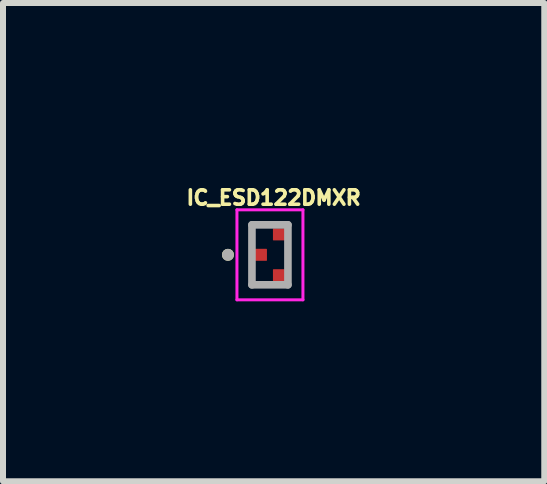
<source format=kicad_pcb>
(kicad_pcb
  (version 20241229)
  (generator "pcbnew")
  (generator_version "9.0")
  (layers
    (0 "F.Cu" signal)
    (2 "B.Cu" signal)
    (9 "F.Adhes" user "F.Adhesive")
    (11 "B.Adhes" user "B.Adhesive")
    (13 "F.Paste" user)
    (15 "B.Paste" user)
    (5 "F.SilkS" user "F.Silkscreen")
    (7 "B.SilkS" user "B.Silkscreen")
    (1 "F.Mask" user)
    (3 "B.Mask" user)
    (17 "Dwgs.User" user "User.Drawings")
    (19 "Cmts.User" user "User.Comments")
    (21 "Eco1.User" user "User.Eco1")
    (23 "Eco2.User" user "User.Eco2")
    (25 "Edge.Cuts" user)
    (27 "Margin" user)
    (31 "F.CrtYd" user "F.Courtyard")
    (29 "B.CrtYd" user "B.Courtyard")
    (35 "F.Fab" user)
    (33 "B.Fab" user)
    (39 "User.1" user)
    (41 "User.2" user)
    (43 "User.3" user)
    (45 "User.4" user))
  (footprint "IC_ESD122DMXR"
    (layer "F.Cu")
    (at 1.45 1.198)
    (property "Reference" "IC_ESD122DMXR" (at 0.062 -0.952 0) (layer "F.SilkS") (effects (font (size 0.24 0.24) (thickness 0.15))))
    (attr through_hole)
    (fp_poly (pts (xy -0.3 -0.1) (xy -0.3 0.1) (xy -0.3 0.103) (xy -0.3 0.105) (xy -0.299 0.108) (xy -0.299 0.11) (xy -0.298 0.113) (xy -0.298 0.115) (xy -0.297 0.118) (xy -0.296 0.12) (xy -0.295 0.123) (xy -0.293 0.125) (xy -0.292 0.127) (xy -0.29 0.129) (xy -0.289 0.131) (xy -0.287 0.133) (xy -0.285 0.135) (xy -0.283 0.137) (xy -0.281 0.139) (xy -0.279 0.14) (xy -0.277 0.142) (xy -0.275 0.143) (xy -0.273 0.145) (xy -0.27 0.146) (xy -0.268 0.147) (xy -0.265 0.148) (xy -0.263 0.148) (xy -0.26 0.149) (xy -0.258 0.149) (xy -0.255 0.15) (xy -0.253 0.15) (xy -0.25 0.15) (xy -0.05 0.15) (xy -0.047 0.15) (xy -0.045 0.15) (xy -0.042 0.149) (xy -0.04 0.149) (xy -0.037 0.148) (xy -0.035 0.148) (xy -0.032 0.147) (xy -0.03 0.146) (xy -0.027 0.145) (xy -0.025 0.143) (xy -0.023 0.142) (xy -0.021 0.14) (xy -0.019 0.139) (xy -0.017 0.137) (xy -0.015 0.135) (xy -0.013 0.133) (xy -0.011 0.131) (xy -0.01 0.129) (xy -0.008 0.127) (xy -0.007 0.125) (xy -0.005 0.123) (xy -0.004 0.12) (xy -0.003 0.118) (xy -0.002 0.115) (xy -0.002 0.113) (xy -0.001 0.11) (xy -0.001 0.108) (xy 0 0.105) (xy 0 0.103) (xy 0 0.1) (xy 0 -0.1) (xy 0 -0.103) (xy 0 -0.105) (xy -0.001 -0.108) (xy -0.001 -0.11) (xy -0.002 -0.113) (xy -0.002 -0.115) (xy -0.003 -0.118) (xy -0.004 -0.12) (xy -0.005 -0.123) (xy -0.007 -0.125) (xy -0.008 -0.127) (xy -0.01 -0.129) (xy -0.011 -0.131) (xy -0.013 -0.133) (xy -0.015 -0.135) (xy -0.017 -0.137) (xy -0.019 -0.139) (xy -0.021 -0.14) (xy -0.023 -0.142) (xy -0.025 -0.143) (xy -0.027 -0.145) (xy -0.03 -0.146) (xy -0.032 -0.147) (xy -0.035 -0.148) (xy -0.037 -0.148) (xy -0.04 -0.149) (xy -0.042 -0.149) (xy -0.045 -0.15) (xy -0.047 -0.15) (xy -0.05 -0.15) (xy -0.25 -0.15) (xy -0.253 -0.15) (xy -0.255 -0.15) (xy -0.258 -0.149) (xy -0.26 -0.149) (xy -0.263 -0.148) (xy -0.265 -0.148) (xy -0.268 -0.147) (xy -0.27 -0.146) (xy -0.273 -0.145) (xy -0.275 -0.143) (xy -0.277 -0.142) (xy -0.279 -0.14) (xy -0.281 -0.139) (xy -0.283 -0.137) (xy -0.285 -0.135) (xy -0.287 -0.133) (xy -0.289 -0.131) (xy -0.29 -0.129) (xy -0.292 -0.127) (xy -0.293 -0.125) (xy -0.295 -0.123) (xy -0.296 -0.12) (xy -0.297 -0.118) (xy -0.298 -0.115) (xy -0.298 -0.113) (xy -0.299 -0.11) (xy -0.299 -0.108) (xy -0.3 -0.105) (xy -0.3 -0.103) (xy -0.3 -0.1)) (stroke (width 0.01) (type solid)) (fill yes) (layer "F.Mask"))
    (fp_poly (pts (xy 0 -0.44) (xy 0 -0.24) (xy 0 -0.237) (xy 0 -0.235) (xy 0.001 -0.232) (xy 0.001 -0.23) (xy 0.002 -0.227) (xy 0.002 -0.225) (xy 0.003 -0.222) (xy 0.004 -0.22) (xy 0.005 -0.217) (xy 0.007 -0.215) (xy 0.008 -0.213) (xy 0.01 -0.211) (xy 0.011 -0.209) (xy 0.013 -0.207) (xy 0.015 -0.205) (xy 0.017 -0.203) (xy 0.019 -0.201) (xy 0.021 -0.2) (xy 0.023 -0.198) (xy 0.025 -0.197) (xy 0.027 -0.195) (xy 0.03 -0.194) (xy 0.032 -0.193) (xy 0.035 -0.192) (xy 0.037 -0.192) (xy 0.04 -0.191) (xy 0.042 -0.191) (xy 0.045 -0.19) (xy 0.047 -0.19) (xy 0.05 -0.19) (xy 0.25 -0.19) (xy 0.253 -0.19) (xy 0.255 -0.19) (xy 0.258 -0.191) (xy 0.26 -0.191) (xy 0.263 -0.192) (xy 0.265 -0.192) (xy 0.268 -0.193) (xy 0.27 -0.194) (xy 0.273 -0.195) (xy 0.275 -0.197) (xy 0.277 -0.198) (xy 0.279 -0.2) (xy 0.281 -0.201) (xy 0.283 -0.203) (xy 0.285 -0.205) (xy 0.287 -0.207) (xy 0.289 -0.209) (xy 0.29 -0.211) (xy 0.292 -0.213) (xy 0.293 -0.215) (xy 0.295 -0.217) (xy 0.296 -0.22) (xy 0.297 -0.222) (xy 0.298 -0.225) (xy 0.298 -0.227) (xy 0.299 -0.23) (xy 0.299 -0.232) (xy 0.3 -0.235) (xy 0.3 -0.237) (xy 0.3 -0.24) (xy 0.3 -0.44) (xy 0.3 -0.443) (xy 0.3 -0.445) (xy 0.299 -0.448) (xy 0.299 -0.45) (xy 0.298 -0.453) (xy 0.298 -0.455) (xy 0.297 -0.458) (xy 0.296 -0.46) (xy 0.295 -0.463) (xy 0.293 -0.465) (xy 0.292 -0.467) (xy 0.29 -0.469) (xy 0.289 -0.471) (xy 0.287 -0.473) (xy 0.285 -0.475) (xy 0.283 -0.477) (xy 0.281 -0.479) (xy 0.279 -0.48) (xy 0.277 -0.482) (xy 0.275 -0.483) (xy 0.273 -0.485) (xy 0.27 -0.486) (xy 0.268 -0.487) (xy 0.265 -0.488) (xy 0.263 -0.488) (xy 0.26 -0.489) (xy 0.258 -0.489) (xy 0.255 -0.49) (xy 0.253 -0.49) (xy 0.25 -0.49) (xy 0.05 -0.49) (xy 0.047 -0.49) (xy 0.045 -0.49) (xy 0.042 -0.489) (xy 0.04 -0.489) (xy 0.037 -0.488) (xy 0.035 -0.488) (xy 0.032 -0.487) (xy 0.03 -0.486) (xy 0.027 -0.485) (xy 0.025 -0.483) (xy 0.023 -0.482) (xy 0.021 -0.48) (xy 0.019 -0.479) (xy 0.017 -0.477) (xy 0.015 -0.475) (xy 0.013 -0.473) (xy 0.011 -0.471) (xy 0.01 -0.469) (xy 0.008 -0.467) (xy 0.007 -0.465) (xy 0.005 -0.463) (xy 0.004 -0.46) (xy 0.003 -0.458) (xy 0.002 -0.455) (xy 0.002 -0.453) (xy 0.001 -0.45) (xy 0.001 -0.448) (xy 0 -0.445) (xy 0 -0.443) (xy 0 -0.44)) (stroke (width 0.01) (type solid)) (fill yes) (layer "F.Mask"))
    (fp_poly (pts (xy 0 0.24) (xy 0 0.44) (xy 0 0.443) (xy 0 0.445) (xy 0.001 0.448) (xy 0.001 0.45) (xy 0.002 0.453) (xy 0.002 0.455) (xy 0.003 0.458) (xy 0.004 0.46) (xy 0.005 0.463) (xy 0.007 0.465) (xy 0.008 0.467) (xy 0.01 0.469) (xy 0.011 0.471) (xy 0.013 0.473) (xy 0.015 0.475) (xy 0.017 0.477) (xy 0.019 0.479) (xy 0.021 0.48) (xy 0.023 0.482) (xy 0.025 0.483) (xy 0.027 0.485) (xy 0.03 0.486) (xy 0.032 0.487) (xy 0.035 0.488) (xy 0.037 0.488) (xy 0.04 0.489) (xy 0.042 0.489) (xy 0.045 0.49) (xy 0.047 0.49) (xy 0.05 0.49) (xy 0.25 0.49) (xy 0.253 0.49) (xy 0.255 0.49) (xy 0.258 0.489) (xy 0.26 0.489) (xy 0.263 0.488) (xy 0.265 0.488) (xy 0.268 0.487) (xy 0.27 0.486) (xy 0.273 0.485) (xy 0.275 0.483) (xy 0.277 0.482) (xy 0.279 0.48) (xy 0.281 0.479) (xy 0.283 0.477) (xy 0.285 0.475) (xy 0.287 0.473) (xy 0.289 0.471) (xy 0.29 0.469) (xy 0.292 0.467) (xy 0.293 0.465) (xy 0.295 0.463) (xy 0.296 0.46) (xy 0.297 0.458) (xy 0.298 0.455) (xy 0.298 0.453) (xy 0.299 0.45) (xy 0.299 0.448) (xy 0.3 0.445) (xy 0.3 0.443) (xy 0.3 0.44) (xy 0.3 0.24) (xy 0.3 0.237) (xy 0.3 0.235) (xy 0.299 0.232) (xy 0.299 0.23) (xy 0.298 0.227) (xy 0.298 0.225) (xy 0.297 0.222) (xy 0.296 0.22) (xy 0.295 0.217) (xy 0.293 0.215) (xy 0.292 0.213) (xy 0.29 0.211) (xy 0.289 0.209) (xy 0.287 0.207) (xy 0.285 0.205) (xy 0.283 0.203) (xy 0.281 0.201) (xy 0.279 0.2) (xy 0.277 0.198) (xy 0.275 0.197) (xy 0.273 0.195) (xy 0.27 0.194) (xy 0.268 0.193) (xy 0.265 0.192) (xy 0.263 0.192) (xy 0.26 0.191) (xy 0.258 0.191) (xy 0.255 0.19) (xy 0.253 0.19) (xy 0.25 0.19) (xy 0.05 0.19) (xy 0.047 0.19) (xy 0.045 0.19) (xy 0.042 0.191) (xy 0.04 0.191) (xy 0.037 0.192) (xy 0.035 0.192) (xy 0.032 0.193) (xy 0.03 0.194) (xy 0.027 0.195) (xy 0.025 0.197) (xy 0.023 0.198) (xy 0.021 0.2) (xy 0.019 0.201) (xy 0.017 0.203) (xy 0.015 0.205) (xy 0.013 0.207) (xy 0.011 0.209) (xy 0.01 0.211) (xy 0.008 0.213) (xy 0.007 0.215) (xy 0.005 0.217) (xy 0.004 0.22) (xy 0.003 0.222) (xy 0.002 0.225) (xy 0.002 0.227) (xy 0.001 0.23) (xy 0.001 0.232) (xy 0 0.235) (xy 0 0.237) (xy 0 0.24)) (stroke (width 0.01) (type solid)) (fill yes) (layer "F.Mask"))
    (fp_circle (center -0.7 0) (end -0.65 0) (stroke (width 0.1) (type solid)) (fill no) (layer "F.SilkS"))
    (fp_poly (pts (xy -0.205 -0.105) (xy -0.208 -0.105) (xy -0.21 -0.105) (xy -0.213 -0.104) (xy -0.215 -0.104) (xy -0.218 -0.103) (xy -0.22 -0.103) (xy -0.223 -0.102) (xy -0.225 -0.101) (xy -0.228 -0.1) (xy -0.23 -0.098) (xy -0.232 -0.097) (xy -0.234 -0.095) (xy -0.236 -0.094) (xy -0.238 -0.092) (xy -0.24 -0.09) (xy -0.242 -0.088) (xy -0.244 -0.086) (xy -0.245 -0.084) (xy -0.247 -0.082) (xy -0.248 -0.08) (xy -0.25 -0.078) (xy -0.251 -0.075) (xy -0.252 -0.073) (xy -0.253 -0.07) (xy -0.253 -0.068) (xy -0.254 -0.065) (xy -0.254 -0.063) (xy -0.255 -0.06) (xy -0.255 -0.058) (xy -0.255 -0.055) (xy -0.255 0.055) (xy -0.255 0.058) (xy -0.255 0.06) (xy -0.254 0.063) (xy -0.254 0.065) (xy -0.253 0.068) (xy -0.253 0.07) (xy -0.252 0.073) (xy -0.251 0.075) (xy -0.25 0.078) (xy -0.248 0.08) (xy -0.247 0.082) (xy -0.245 0.084) (xy -0.244 0.086) (xy -0.242 0.088) (xy -0.24 0.09) (xy -0.238 0.092) (xy -0.236 0.094) (xy -0.234 0.095) (xy -0.232 0.097) (xy -0.23 0.098) (xy -0.228 0.1) (xy -0.225 0.101) (xy -0.223 0.102) (xy -0.22 0.103) (xy -0.218 0.103) (xy -0.215 0.104) (xy -0.213 0.104) (xy -0.21 0.105) (xy -0.208 0.105) (xy -0.205 0.105) (xy -0.095 0.105) (xy -0.092 0.105) (xy -0.09 0.105) (xy -0.087 0.104) (xy -0.085 0.104) (xy -0.082 0.103) (xy -0.08 0.103) (xy -0.077 0.102) (xy -0.075 0.101) (xy -0.072 0.1) (xy -0.07 0.098) (xy -0.068 0.097) (xy -0.066 0.095) (xy -0.064 0.094) (xy -0.062 0.092) (xy -0.06 0.09) (xy -0.058 0.088) (xy -0.056 0.086) (xy -0.055 0.084) (xy -0.053 0.082) (xy -0.052 0.08) (xy -0.05 0.078) (xy -0.049 0.075) (xy -0.048 0.073) (xy -0.047 0.07) (xy -0.047 0.068) (xy -0.046 0.065) (xy -0.046 0.063) (xy -0.045 0.06) (xy -0.045 0.058) (xy -0.045 0.055) (xy -0.045 -0.055) (xy -0.045 -0.058) (xy -0.045 -0.06) (xy -0.046 -0.063) (xy -0.046 -0.065) (xy -0.047 -0.068) (xy -0.047 -0.07) (xy -0.048 -0.073) (xy -0.049 -0.075) (xy -0.05 -0.078) (xy -0.052 -0.08) (xy -0.053 -0.082) (xy -0.055 -0.084) (xy -0.056 -0.086) (xy -0.058 -0.088) (xy -0.06 -0.09) (xy -0.062 -0.092) (xy -0.064 -0.094) (xy -0.066 -0.095) (xy -0.068 -0.097) (xy -0.07 -0.098) (xy -0.072 -0.1) (xy -0.075 -0.101) (xy -0.077 -0.102) (xy -0.08 -0.103) (xy -0.082 -0.103) (xy -0.085 -0.104) (xy -0.087 -0.104) (xy -0.09 -0.105) (xy -0.092 -0.105) (xy -0.095 -0.105) (xy -0.205 -0.105)) (stroke (width 0.01) (type solid)) (fill yes) (layer "F.Paste"))
    (fp_poly (pts (xy 0.095 -0.445) (xy 0.092 -0.445) (xy 0.09 -0.445) (xy 0.087 -0.444) (xy 0.085 -0.444) (xy 0.082 -0.443) (xy 0.08 -0.443) (xy 0.077 -0.442) (xy 0.075 -0.441) (xy 0.072 -0.44) (xy 0.07 -0.438) (xy 0.068 -0.437) (xy 0.066 -0.435) (xy 0.064 -0.434) (xy 0.062 -0.432) (xy 0.06 -0.43) (xy 0.058 -0.428) (xy 0.056 -0.426) (xy 0.055 -0.424) (xy 0.053 -0.422) (xy 0.052 -0.42) (xy 0.05 -0.418) (xy 0.049 -0.415) (xy 0.048 -0.413) (xy 0.047 -0.41) (xy 0.047 -0.408) (xy 0.046 -0.405) (xy 0.046 -0.403) (xy 0.045 -0.4) (xy 0.045 -0.398) (xy 0.045 -0.395) (xy 0.045 -0.285) (xy 0.045 -0.282) (xy 0.045 -0.28) (xy 0.046 -0.277) (xy 0.046 -0.275) (xy 0.047 -0.272) (xy 0.047 -0.27) (xy 0.048 -0.267) (xy 0.049 -0.265) (xy 0.05 -0.262) (xy 0.052 -0.26) (xy 0.053 -0.258) (xy 0.055 -0.256) (xy 0.056 -0.254) (xy 0.058 -0.252) (xy 0.06 -0.25) (xy 0.062 -0.248) (xy 0.064 -0.246) (xy 0.066 -0.245) (xy 0.068 -0.243) (xy 0.07 -0.242) (xy 0.072 -0.24) (xy 0.075 -0.239) (xy 0.077 -0.238) (xy 0.08 -0.237) (xy 0.082 -0.237) (xy 0.085 -0.236) (xy 0.087 -0.236) (xy 0.09 -0.235) (xy 0.092 -0.235) (xy 0.095 -0.235) (xy 0.205 -0.235) (xy 0.208 -0.235) (xy 0.21 -0.235) (xy 0.213 -0.236) (xy 0.215 -0.236) (xy 0.218 -0.237) (xy 0.22 -0.237) (xy 0.223 -0.238) (xy 0.225 -0.239) (xy 0.228 -0.24) (xy 0.23 -0.242) (xy 0.232 -0.243) (xy 0.234 -0.245) (xy 0.236 -0.246) (xy 0.238 -0.248) (xy 0.24 -0.25) (xy 0.242 -0.252) (xy 0.244 -0.254) (xy 0.245 -0.256) (xy 0.247 -0.258) (xy 0.248 -0.26) (xy 0.25 -0.262) (xy 0.251 -0.265) (xy 0.252 -0.267) (xy 0.253 -0.27) (xy 0.253 -0.272) (xy 0.254 -0.275) (xy 0.254 -0.277) (xy 0.255 -0.28) (xy 0.255 -0.282) (xy 0.255 -0.285) (xy 0.255 -0.395) (xy 0.255 -0.398) (xy 0.255 -0.4) (xy 0.254 -0.403) (xy 0.254 -0.405) (xy 0.253 -0.408) (xy 0.253 -0.41) (xy 0.252 -0.413) (xy 0.251 -0.415) (xy 0.25 -0.418) (xy 0.248 -0.42) (xy 0.247 -0.422) (xy 0.245 -0.424) (xy 0.244 -0.426) (xy 0.242 -0.428) (xy 0.24 -0.43) (xy 0.238 -0.432) (xy 0.236 -0.434) (xy 0.234 -0.435) (xy 0.232 -0.437) (xy 0.23 -0.438) (xy 0.228 -0.44) (xy 0.225 -0.441) (xy 0.223 -0.442) (xy 0.22 -0.443) (xy 0.218 -0.443) (xy 0.215 -0.444) (xy 0.213 -0.444) (xy 0.21 -0.445) (xy 0.208 -0.445) (xy 0.205 -0.445) (xy 0.095 -0.445)) (stroke (width 0.01) (type solid)) (fill yes) (layer "F.Paste"))
    (fp_poly (pts (xy 0.095 0.235) (xy 0.092 0.235) (xy 0.09 0.235) (xy 0.087 0.236) (xy 0.085 0.236) (xy 0.082 0.237) (xy 0.08 0.237) (xy 0.077 0.238) (xy 0.075 0.239) (xy 0.072 0.24) (xy 0.07 0.242) (xy 0.068 0.243) (xy 0.066 0.245) (xy 0.064 0.246) (xy 0.062 0.248) (xy 0.06 0.25) (xy 0.058 0.252) (xy 0.056 0.254) (xy 0.055 0.256) (xy 0.053 0.258) (xy 0.052 0.26) (xy 0.05 0.262) (xy 0.049 0.265) (xy 0.048 0.267) (xy 0.047 0.27) (xy 0.047 0.272) (xy 0.046 0.275) (xy 0.046 0.277) (xy 0.045 0.28) (xy 0.045 0.282) (xy 0.045 0.285) (xy 0.045 0.395) (xy 0.045 0.398) (xy 0.045 0.4) (xy 0.046 0.403) (xy 0.046 0.405) (xy 0.047 0.408) (xy 0.047 0.41) (xy 0.048 0.413) (xy 0.049 0.415) (xy 0.05 0.418) (xy 0.052 0.42) (xy 0.053 0.422) (xy 0.055 0.424) (xy 0.056 0.426) (xy 0.058 0.428) (xy 0.06 0.43) (xy 0.062 0.432) (xy 0.064 0.434) (xy 0.066 0.435) (xy 0.068 0.437) (xy 0.07 0.438) (xy 0.072 0.44) (xy 0.075 0.441) (xy 0.077 0.442) (xy 0.08 0.443) (xy 0.082 0.443) (xy 0.085 0.444) (xy 0.087 0.444) (xy 0.09 0.445) (xy 0.092 0.445) (xy 0.095 0.445) (xy 0.205 0.445) (xy 0.208 0.445) (xy 0.21 0.445) (xy 0.213 0.444) (xy 0.215 0.444) (xy 0.218 0.443) (xy 0.22 0.443) (xy 0.223 0.442) (xy 0.225 0.441) (xy 0.228 0.44) (xy 0.23 0.438) (xy 0.232 0.437) (xy 0.234 0.435) (xy 0.236 0.434) (xy 0.238 0.432) (xy 0.24 0.43) (xy 0.242 0.428) (xy 0.244 0.426) (xy 0.245 0.424) (xy 0.247 0.422) (xy 0.248 0.42) (xy 0.25 0.418) (xy 0.251 0.415) (xy 0.252 0.413) (xy 0.253 0.41) (xy 0.253 0.408) (xy 0.254 0.405) (xy 0.254 0.403) (xy 0.255 0.4) (xy 0.255 0.398) (xy 0.255 0.395) (xy 0.255 0.285) (xy 0.255 0.282) (xy 0.255 0.28) (xy 0.254 0.277) (xy 0.254 0.275) (xy 0.253 0.272) (xy 0.253 0.27) (xy 0.252 0.267) (xy 0.251 0.265) (xy 0.25 0.262) (xy 0.248 0.26) (xy 0.247 0.258) (xy 0.245 0.256) (xy 0.244 0.254) (xy 0.242 0.252) (xy 0.24 0.25) (xy 0.238 0.248) (xy 0.236 0.246) (xy 0.234 0.245) (xy 0.232 0.243) (xy 0.23 0.242) (xy 0.228 0.24) (xy 0.225 0.239) (xy 0.223 0.238) (xy 0.22 0.237) (xy 0.218 0.237) (xy 0.215 0.236) (xy 0.213 0.236) (xy 0.21 0.235) (xy 0.208 0.235) (xy 0.205 0.235) (xy 0.095 0.235)) (stroke (width 0.01) (type solid)) (fill yes) (layer "F.Paste"))
    (fp_line (start -0.55 -0.75) (end -0.55 0.75) (stroke (width 0.05) (type solid)) (layer "F.CrtYd"))
    (fp_line (start -0.55 0.75) (end 0.55 0.75) (stroke (width 0.05) (type solid)) (layer "F.CrtYd"))
    (fp_line (start 0.55 -0.75) (end -0.55 -0.75) (stroke (width 0.05) (type solid)) (layer "F.CrtYd"))
    (fp_line (start 0.55 0.75) (end 0.55 -0.75) (stroke (width 0.05) (type solid)) (layer "F.CrtYd"))
    (fp_line (start -0.3 -0.5) (end 0.3 -0.5) (stroke (width 0.127) (type solid)) (layer "F.Fab"))
    (fp_line (start -0.3 0.5) (end -0.3 -0.5) (stroke (width 0.127) (type solid)) (layer "F.Fab"))
    (fp_line (start 0.3 -0.5) (end 0.3 0.5) (stroke (width 0.127) (type solid)) (layer "F.Fab"))
    (fp_line (start 0.3 0.5) (end -0.3 0.5) (stroke (width 0.127) (type solid)) (layer "F.Fab"))
    (fp_circle (center -0.7 0) (end -0.65 0) (stroke (width 0.1) (type solid)) (fill no) (layer "F.Fab"))
    (pad "1" smd roundrect (at -0.15 0) (size 0.2 0.2) (layers "F.Cu") (roundrect_rratio 0.05))
    (pad "2" smd roundrect (at 0.15 0.34) (size 0.2 0.2) (layers "F.Cu") (roundrect_rratio 0.05))
    (pad "3" smd roundrect (at 0.15 -0.34) (size 0.2 0.2) (layers "F.Cu") (roundrect_rratio 0.05)))
  (gr_rect
    (start -3 -3)
    (end 6.023 4.973)
    (stroke (width 0.1) (type default))
    (fill no)
    (layer "Edge.Cuts")))
</source>
